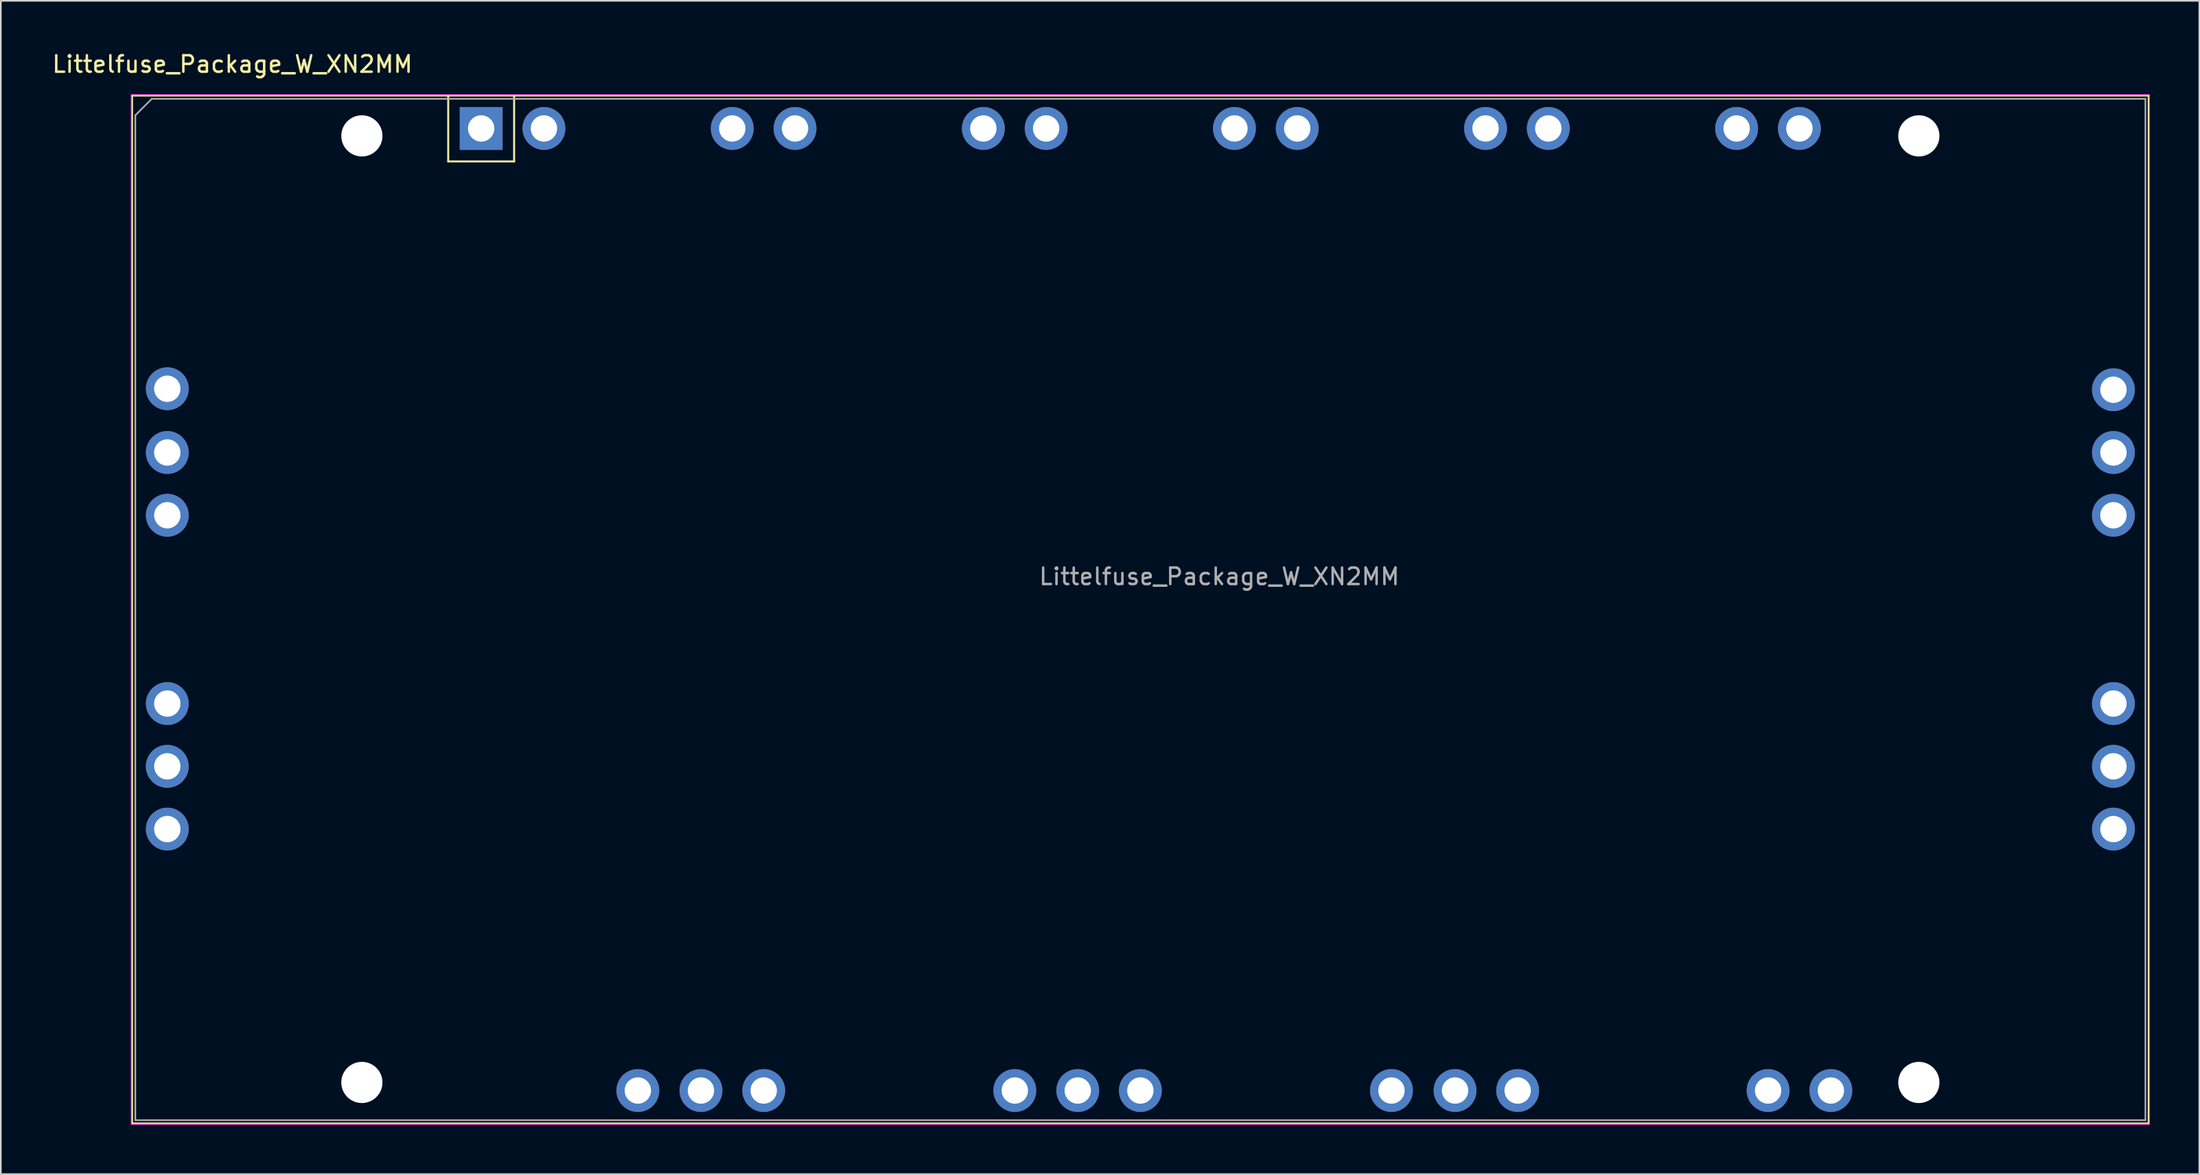
<source format=kicad_pcb>
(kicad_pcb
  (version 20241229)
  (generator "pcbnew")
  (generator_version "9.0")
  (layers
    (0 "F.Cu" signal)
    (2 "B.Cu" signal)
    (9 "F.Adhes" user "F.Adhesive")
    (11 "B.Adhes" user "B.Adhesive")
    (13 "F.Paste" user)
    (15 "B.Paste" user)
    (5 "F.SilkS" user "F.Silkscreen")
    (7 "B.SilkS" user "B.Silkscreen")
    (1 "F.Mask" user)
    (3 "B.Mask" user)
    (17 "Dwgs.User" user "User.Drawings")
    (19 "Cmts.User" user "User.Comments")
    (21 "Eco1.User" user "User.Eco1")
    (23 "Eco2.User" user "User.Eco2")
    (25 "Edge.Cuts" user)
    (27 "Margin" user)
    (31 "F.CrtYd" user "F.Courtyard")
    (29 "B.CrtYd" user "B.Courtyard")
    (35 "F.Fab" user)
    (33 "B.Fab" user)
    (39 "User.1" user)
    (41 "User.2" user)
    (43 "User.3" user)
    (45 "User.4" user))
  (footprint "Littelfuse_Package_W_XN2MM"
    (layer "F.Cu")
    (at 26.154 4.748)
    (property "Reference" "Littelfuse_Package_W_XN2MM" (at -15.1 -3.9 180) (layer "F.SilkS") (effects (font (size 1 1) (thickness 0.15))))
    (attr through_hole)
    (fp_line (start -21.19 -2) (end 101.21 -2) (stroke (width 0.12) (type solid)) (layer "F.SilkS"))
    (fp_line (start -21.19 60.4) (end -21.19 -2) (stroke (width 0.12) (type solid)) (layer "F.SilkS"))
    (fp_line (start -2 -2) (end -2 2) (stroke (width 0.12) (type solid)) (layer "F.SilkS"))
    (fp_line (start -2 2) (end 2 2) (stroke (width 0.12) (type solid)) (layer "F.SilkS"))
    (fp_line (start 2 2) (end 2 -2) (stroke (width 0.12) (type solid)) (layer "F.SilkS"))
    (fp_line (start 101.21 -2) (end 101.21 60.4) (stroke (width 0.12) (type solid)) (layer "F.SilkS"))
    (fp_line (start 101.21 60.4) (end -21.19 60.4) (stroke (width 0.12) (type solid)) (layer "F.SilkS"))
    (fp_line (start -21.24 -2.05) (end -21.24 60.45) (stroke (width 0.05) (type solid)) (layer "F.CrtYd"))
    (fp_line (start -21.24 60.45) (end 101.26 60.45) (stroke (width 0.05) (type solid)) (layer "F.CrtYd"))
    (fp_line (start 101.26 -2.05) (end -21.24 -2.05) (stroke (width 0.05) (type solid)) (layer "F.CrtYd"))
    (fp_line (start 101.26 60.45) (end 101.26 -2.05) (stroke (width 0.05) (type solid)) (layer "F.CrtYd"))
    (fp_line (start -20.99 60.2) (end -20.99 -0.8) (stroke (width 0.1) (type solid)) (layer "F.Fab"))
    (fp_line (start -19.99 -1.8) (end -20.99 -0.8) (stroke (width 0.1) (type solid)) (layer "F.Fab"))
    (fp_line (start -19.99 -1.8) (end 101.01 -1.8) (stroke (width 0.1) (type solid)) (layer "F.Fab"))
    (fp_line (start 101.01 -1.8) (end 101.01 60.2) (stroke (width 0.1) (type solid)) (layer "F.Fab"))
    (fp_line (start 101.01 60.2) (end -20.99 60.2) (stroke (width 0.1) (type solid)) (layer "F.Fab"))
    (fp_text user "${REFERENCE}" (at 44.8 27.2 180) (layer "F.Fab") (effects (font (size 1 1) (thickness 0.15))))
    (pad "" np_thru_hole circle (at -7.24 0.45) (size 2.5 2.5) (drill 2.5) (layers "*.Cu" "*.Mask"))
    (pad "" np_thru_hole circle (at -7.24 57.91) (size 2.5 2.5) (drill 2.5) (layers "*.Cu" "*.Mask"))
    (pad "" np_thru_hole circle (at 87.26 0.45) (size 2.5 2.5) (drill 2.5) (layers "*.Cu" "*.Mask"))
    (pad "" np_thru_hole circle (at 87.26 57.91) (size 2.5 2.5) (drill 2.5) (layers "*.Cu" "*.Mask"))
    (pad "1" thru_hole rect (at 0 0) (size 2.6 2.6) (drill 1.6) (layers "*.Cu" "*.Mask"))
    (pad "2" thru_hole circle (at 3.81 0) (size 2.6 2.6) (drill 1.6) (layers "*.Cu" "*.Mask"))
    (pad "3" thru_hole circle (at 15.24 0) (size 2.6 2.6) (drill 1.6) (layers "*.Cu" "*.Mask"))
    (pad "4" thru_hole circle (at 19.05 0) (size 2.6 2.6) (drill 1.6) (layers "*.Cu" "*.Mask"))
    (pad "5" thru_hole circle (at 30.48 0) (size 2.6 2.6) (drill 1.6) (layers "*.Cu" "*.Mask"))
    (pad "6" thru_hole circle (at 34.29 0) (size 2.6 2.6) (drill 1.6) (layers "*.Cu" "*.Mask"))
    (pad "7" thru_hole circle (at 45.72 0) (size 2.6 2.6) (drill 1.6) (layers "*.Cu" "*.Mask"))
    (pad "8" thru_hole circle (at 49.53 0) (size 2.6 2.6) (drill 1.6) (layers "*.Cu" "*.Mask"))
    (pad "9" thru_hole circle (at 60.96 0) (size 2.6 2.6) (drill 1.6) (layers "*.Cu" "*.Mask"))
    (pad "10" thru_hole circle (at 64.77 0) (size 2.6 2.6) (drill 1.6) (layers "*.Cu" "*.Mask"))
    (pad "11" thru_hole circle (at 76.2 0) (size 2.6 2.6) (drill 1.6) (layers "*.Cu" "*.Mask"))
    (pad "12" thru_hole circle (at 80.01 0) (size 2.6 2.6) (drill 1.6) (layers "*.Cu" "*.Mask"))
    (pad "13" thru_hole circle (at 99.07 15.86) (size 2.6 2.6) (drill 1.6) (layers "*.Cu" "*.Mask"))
    (pad "14" thru_hole circle (at 99.07 19.67) (size 2.6 2.6) (drill 1.6) (layers "*.Cu" "*.Mask"))
    (pad "15" thru_hole circle (at 99.07 23.48) (size 2.6 2.6) (drill 1.6) (layers "*.Cu" "*.Mask"))
    (pad "16" thru_hole circle (at 99.07 34.91) (size 2.6 2.6) (drill 1.6) (layers "*.Cu" "*.Mask"))
    (pad "17" thru_hole circle (at 99.07 38.72) (size 2.6 2.6) (drill 1.6) (layers "*.Cu" "*.Mask"))
    (pad "18" thru_hole circle (at 99.07 42.53) (size 2.6 2.6) (drill 1.6) (layers "*.Cu" "*.Mask"))
    (pad "19" thru_hole circle (at 81.92 58.4) (size 2.6 2.6) (drill 1.6) (layers "*.Cu" "*.Mask"))
    (pad "20" thru_hole circle (at 78.11 58.4) (size 2.6 2.6) (drill 1.6) (layers "*.Cu" "*.Mask"))
    (pad "21" thru_hole circle (at 62.91 58.4) (size 2.6 2.6) (drill 1.6) (layers "*.Cu" "*.Mask"))
    (pad "22" thru_hole circle (at 59.11 58.4) (size 2.6 2.6) (drill 1.6) (layers "*.Cu" "*.Mask"))
    (pad "23" thru_hole circle (at 55.25 58.4) (size 2.6 2.6) (drill 1.6) (layers "*.Cu" "*.Mask"))
    (pad "24" thru_hole circle (at 40.01 58.4) (size 2.6 2.6) (drill 1.6) (layers "*.Cu" "*.Mask"))
    (pad "25" thru_hole circle (at 36.21 58.4) (size 2.6 2.6) (drill 1.6) (layers "*.Cu" "*.Mask"))
    (pad "26" thru_hole circle (at 32.39 58.4) (size 2.6 2.6) (drill 1.6) (layers "*.Cu" "*.Mask"))
    (pad "27" thru_hole circle (at 17.15 58.4) (size 2.6 2.6) (drill 1.6) (layers "*.Cu" "*.Mask"))
    (pad "28" thru_hole circle (at 13.34 58.4) (size 2.6 2.6) (drill 1.6) (layers "*.Cu" "*.Mask"))
    (pad "29" thru_hole circle (at 9.51 58.4) (size 2.6 2.6) (drill 1.6) (layers "*.Cu" "*.Mask"))
    (pad "30" thru_hole circle (at -19.05 42.53) (size 2.6 2.6) (drill 1.6) (layers "*.Cu" "*.Mask"))
    (pad "31" thru_hole circle (at -19.05 38.72) (size 2.6 2.6) (drill 1.6) (layers "*.Cu" "*.Mask"))
    (pad "32" thru_hole circle (at -19.05 34.91) (size 2.6 2.6) (drill 1.6) (layers "*.Cu" "*.Mask"))
    (pad "33" thru_hole circle (at -19.05 23.48) (size 2.6 2.6) (drill 1.6) (layers "*.Cu" "*.Mask"))
    (pad "34" thru_hole circle (at -19.05 19.67) (size 2.6 2.6) (drill 1.6) (layers "*.Cu" "*.Mask"))
    (pad "35" thru_hole circle (at -19.05 15.8) (size 2.6 2.6) (drill 1.6) (layers "*.Cu" "*.Mask"))
    (zone (net_name "") (layers "F.Cu" "B.Cu") (name "MH") (hatch full 0.508) (connect_pads) (min_thickness 0.254) (filled_areas_thickness no) (keepout (tracks not_allowed) (vias not_allowed) (pads not_allowed) (copperpour not_allowed) (footprints not_allowed)) (placement (enabled no)) (fill) (polygon (pts (xy 16.669 8.948) (xy 16.649 8.488) (xy 16.591 8.03) (xy 16.496 7.579) (xy 16.362 7.138) (xy 16.193 6.709) (xy 15.988 6.296) (xy 15.749 5.902) (xy 15.478 5.529) (xy 15.177 5.18) (xy 14.847 4.857) (xy 14.492 4.563) (xy 14.113 4.3) (xy 13.714 4.07) (xy 13.297 3.873) (xy 12.865 3.713) (xy 12.421 3.589) (xy 11.968 3.502) (xy 11.509 3.454) (xy 11.048 3.444) (xy 10.588 3.473) (xy 10.132 3.541) (xy 9.683 3.646) (xy 9.245 3.789) (xy 8.82 3.967) (xy 8.411 4.181) (xy 8.022 4.428) (xy 7.655 4.707) (xy 7.312 5.015) (xy 6.996 5.351) (xy 6.71 5.713) (xy 6.455 6.097) (xy 6.233 6.501) (xy 6.045 6.922) (xy 5.894 7.357) (xy 5.779 7.804) (xy 5.702 8.258) (xy 5.663 8.718) (xy 5.663 9.179) (xy 5.702 9.638) (xy 5.779 10.093) (xy 5.894 10.539) (xy 6.045 10.975) (xy 6.233 11.396) (xy 6.455 11.8) (xy 6.71 12.184) (xy 6.996 12.545) (xy 7.312 12.881) (xy 7.655 13.19) (xy 8.022 13.469) (xy 8.411 13.716) (xy 8.82 13.929) (xy 9.245 14.108) (xy 9.683 14.25) (xy 10.132 14.356) (xy 10.588 14.423) (xy 11.048 14.452) (xy 11.509 14.442) (xy 11.968 14.394) (xy 12.421 14.308) (xy 12.865 14.184) (xy 13.297 14.023) (xy 13.714 13.827) (xy 14.113 13.596) (xy 14.492 13.333) (xy 14.847 13.039) (xy 15.177 12.717) (xy 15.478 12.368) (xy 15.749 11.995) (xy 15.988 11.6) (xy 16.193 11.187) (xy 16.362 10.759) (xy 16.496 10.317) (xy 16.591 9.866) (xy 16.649 9.409))))
    (zone (net_name "") (layers "F.Cu" "B.Cu") (name "MH") (hatch full 0.508) (connect_pads) (min_thickness 0.254) (filled_areas_thickness no) (keepout (tracks not_allowed) (vias not_allowed) (pads not_allowed) (copperpour not_allowed) (footprints not_allowed)) (placement (enabled no)) (fill) (polygon (pts (xy 16.669 58.948) (xy 16.649 58.488) (xy 16.591 58.03) (xy 16.496 57.579) (xy 16.362 57.138) (xy 16.193 56.709) (xy 15.988 56.296) (xy 15.749 55.902) (xy 15.478 55.529) (xy 15.177 55.18) (xy 14.847 54.857) (xy 14.492 54.563) (xy 14.113 54.3) (xy 13.714 54.07) (xy 13.297 53.873) (xy 12.865 53.713) (xy 12.421 53.589) (xy 11.968 53.502) (xy 11.509 53.454) (xy 11.048 53.444) (xy 10.588 53.473) (xy 10.132 53.541) (xy 9.683 53.646) (xy 9.245 53.789) (xy 8.82 53.967) (xy 8.411 54.181) (xy 8.022 54.428) (xy 7.655 54.707) (xy 7.312 55.015) (xy 6.996 55.351) (xy 6.71 55.713) (xy 6.455 56.097) (xy 6.233 56.501) (xy 6.045 56.922) (xy 5.894 57.357) (xy 5.779 57.804) (xy 5.702 58.258) (xy 5.663 58.718) (xy 5.663 59.179) (xy 5.702 59.638) (xy 5.779 60.093) (xy 5.894 60.539) (xy 6.045 60.975) (xy 6.233 61.396) (xy 6.455 61.8) (xy 6.71 62.184) (xy 6.996 62.545) (xy 7.312 62.881) (xy 7.655 63.19) (xy 8.022 63.469) (xy 8.411 63.716) (xy 8.82 63.929) (xy 9.245 64.108) (xy 9.683 64.25) (xy 10.132 64.356) (xy 10.588 64.423) (xy 11.048 64.452) (xy 11.509 64.442) (xy 11.968 64.394) (xy 12.421 64.308) (xy 12.865 64.184) (xy 13.297 64.023) (xy 13.714 63.827) (xy 14.113 63.596) (xy 14.492 63.333) (xy 14.847 63.039) (xy 15.177 62.717) (xy 15.478 62.368) (xy 15.749 61.995) (xy 15.988 61.6) (xy 16.193 61.187) (xy 16.362 60.759) (xy 16.496 60.317) (xy 16.591 59.866) (xy 16.649 59.409))))
    (zone (net_name "") (layers "F.Cu" "B.Cu") (name "MH") (hatch full 0.508) (connect_pads) (min_thickness 0.254) (filled_areas_thickness no) (keepout (tracks not_allowed) (vias not_allowed) (pads not_allowed) (copperpour not_allowed) (footprints not_allowed)) (placement (enabled no)) (fill) (polygon (pts (xy 126.669 8.948) (xy 126.649 8.488) (xy 126.591 8.03) (xy 126.496 7.579) (xy 126.362 7.138) (xy 126.193 6.709) (xy 125.988 6.296) (xy 125.749 5.902) (xy 125.478 5.529) (xy 125.177 5.18) (xy 124.847 4.857) (xy 124.492 4.563) (xy 124.113 4.3) (xy 123.714 4.07) (xy 123.297 3.873) (xy 122.865 3.713) (xy 122.421 3.589) (xy 121.968 3.502) (xy 121.509 3.454) (xy 121.048 3.444) (xy 120.588 3.473) (xy 120.132 3.541) (xy 119.683 3.646) (xy 119.245 3.789) (xy 118.82 3.967) (xy 118.411 4.181) (xy 118.022 4.428) (xy 117.655 4.707) (xy 117.312 5.015) (xy 116.996 5.351) (xy 116.71 5.713) (xy 116.455 6.097) (xy 116.233 6.501) (xy 116.045 6.922) (xy 115.894 7.357) (xy 115.779 7.804) (xy 115.702 8.258) (xy 115.663 8.718) (xy 115.663 9.179) (xy 115.702 9.638) (xy 115.779 10.093) (xy 115.894 10.539) (xy 116.045 10.975) (xy 116.233 11.396) (xy 116.455 11.8) (xy 116.71 12.184) (xy 116.996 12.545) (xy 117.312 12.881) (xy 117.655 13.19) (xy 118.022 13.469) (xy 118.411 13.716) (xy 118.82 13.929) (xy 119.245 14.108) (xy 119.683 14.25) (xy 120.132 14.356) (xy 120.588 14.423) (xy 121.048 14.452) (xy 121.509 14.442) (xy 121.968 14.394) (xy 122.421 14.308) (xy 122.865 14.184) (xy 123.297 14.023) (xy 123.714 13.827) (xy 124.113 13.596) (xy 124.492 13.333) (xy 124.847 13.039) (xy 125.177 12.717) (xy 125.478 12.368) (xy 125.749 11.995) (xy 125.988 11.6) (xy 126.193 11.187) (xy 126.362 10.759) (xy 126.496 10.317) (xy 126.591 9.866) (xy 126.649 9.409))))
    (zone (net_name "") (layers "F.Cu" "B.Cu") (name "MH") (hatch full 0.508) (connect_pads) (min_thickness 0.254) (filled_areas_thickness no) (keepout (tracks not_allowed) (vias not_allowed) (pads not_allowed) (copperpour not_allowed) (footprints not_allowed)) (placement (enabled no)) (fill) (polygon (pts (xy 126.669 58.948) (xy 126.649 58.488) (xy 126.591 58.03) (xy 126.496 57.579) (xy 126.362 57.138) (xy 126.193 56.709) (xy 125.988 56.296) (xy 125.749 55.902) (xy 125.478 55.529) (xy 125.177 55.18) (xy 124.847 54.857) (xy 124.492 54.563) (xy 124.113 54.3) (xy 123.714 54.07) (xy 123.297 53.873) (xy 122.865 53.713) (xy 122.421 53.589) (xy 121.968 53.502) (xy 121.509 53.454) (xy 121.048 53.444) (xy 120.588 53.473) (xy 120.132 53.541) (xy 119.683 53.646) (xy 119.245 53.789) (xy 118.82 53.967) (xy 118.411 54.181) (xy 118.022 54.428) (xy 117.655 54.707) (xy 117.312 55.015) (xy 116.996 55.351) (xy 116.71 55.713) (xy 116.455 56.097) (xy 116.233 56.501) (xy 116.045 56.922) (xy 115.894 57.357) (xy 115.779 57.804) (xy 115.702 58.258) (xy 115.663 58.718) (xy 115.663 59.179) (xy 115.702 59.638) (xy 115.779 60.093) (xy 115.894 60.539) (xy 116.045 60.975) (xy 116.233 61.396) (xy 116.455 61.8) (xy 116.71 62.184) (xy 116.996 62.545) (xy 117.312 62.881) (xy 117.655 63.19) (xy 118.022 63.469) (xy 118.411 63.716) (xy 118.82 63.929) (xy 119.245 64.108) (xy 119.683 64.25) (xy 120.132 64.356) (xy 120.588 64.423) (xy 121.048 64.452) (xy 121.509 64.442) (xy 121.968 64.394) (xy 122.421 64.308) (xy 122.865 64.184) (xy 123.297 64.023) (xy 123.714 63.827) (xy 124.113 63.596) (xy 124.492 63.333) (xy 124.847 63.039) (xy 125.177 62.717) (xy 125.478 62.368) (xy 125.749 61.995) (xy 125.988 61.6) (xy 126.193 61.187) (xy 126.362 60.759) (xy 126.496 60.317) (xy 126.591 59.866) (xy 126.649 59.409)))))
  (gr_rect
    (start -3 -3)
    (end 130.439 68.223)
    (stroke (width 0.1) (type default))
    (fill no)
    (layer "Edge.Cuts")))
</source>
